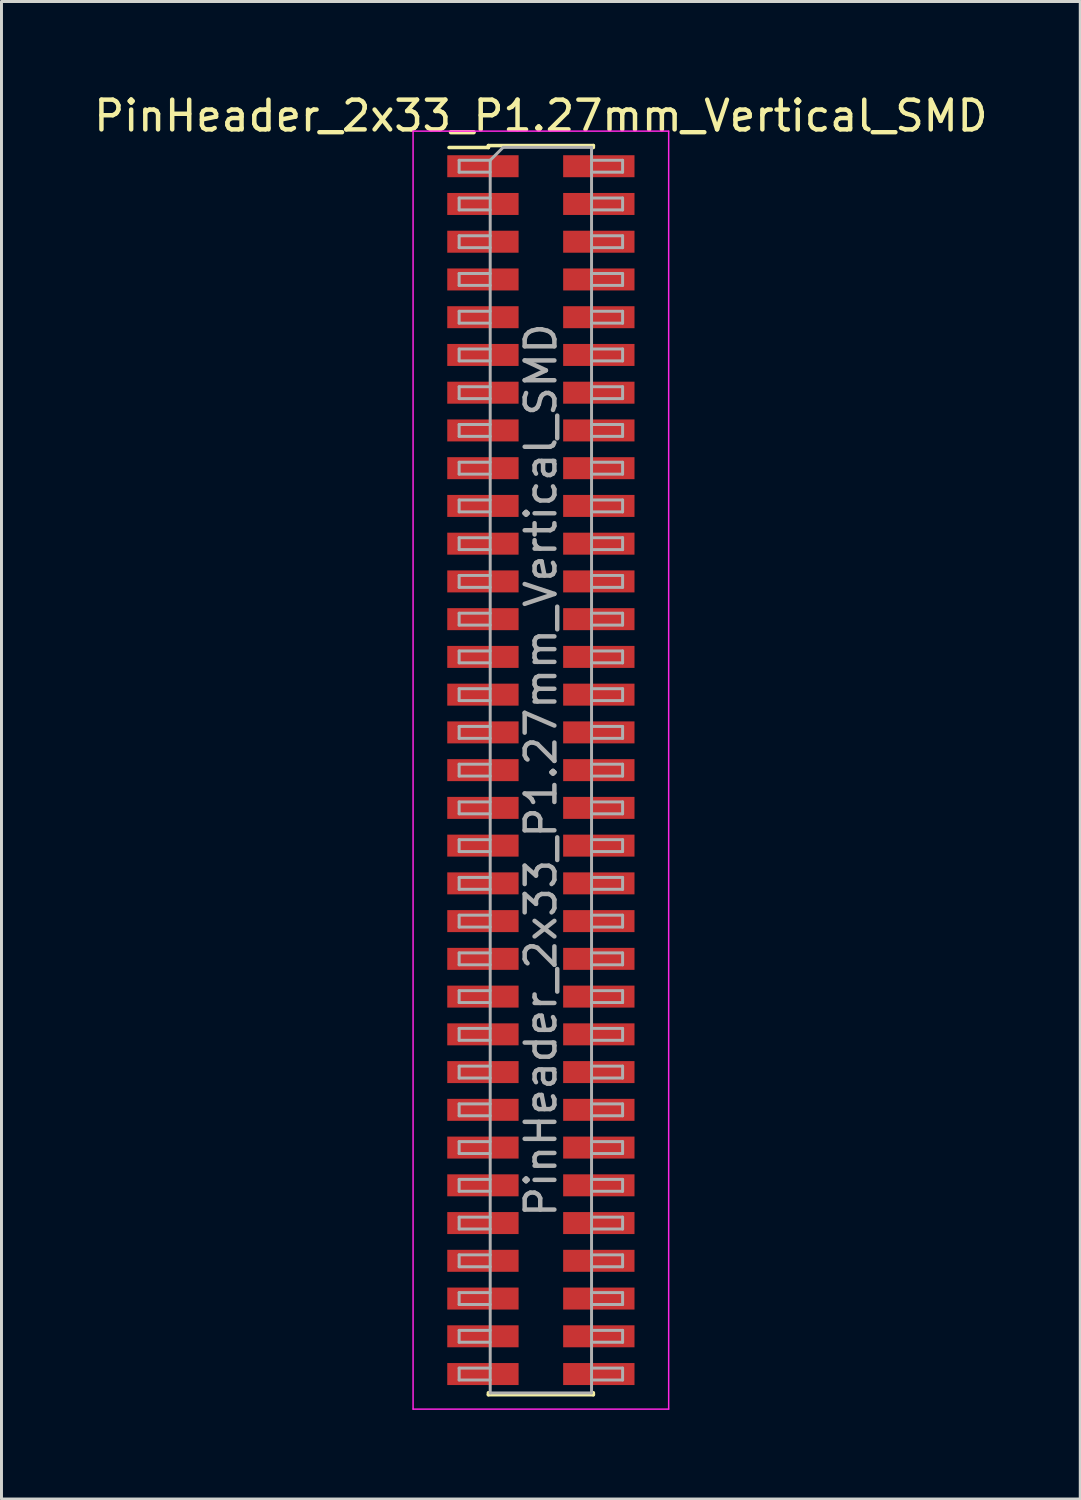
<source format=kicad_pcb>
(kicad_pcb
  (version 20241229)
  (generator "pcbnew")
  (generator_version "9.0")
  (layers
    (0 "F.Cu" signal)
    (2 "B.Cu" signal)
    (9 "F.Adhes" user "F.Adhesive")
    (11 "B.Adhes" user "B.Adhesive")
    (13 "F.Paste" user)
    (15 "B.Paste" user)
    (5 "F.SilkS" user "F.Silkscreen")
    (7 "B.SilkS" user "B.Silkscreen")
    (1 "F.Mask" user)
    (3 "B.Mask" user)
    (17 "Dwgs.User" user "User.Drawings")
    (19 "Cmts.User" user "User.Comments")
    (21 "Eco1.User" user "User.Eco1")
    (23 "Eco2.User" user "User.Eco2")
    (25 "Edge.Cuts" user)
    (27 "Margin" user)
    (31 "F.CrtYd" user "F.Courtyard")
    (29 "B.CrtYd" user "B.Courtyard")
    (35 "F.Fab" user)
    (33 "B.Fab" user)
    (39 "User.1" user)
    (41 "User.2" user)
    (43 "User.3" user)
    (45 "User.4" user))
  (footprint "PinHeader_2x33_P1.27mm_Vertical_SMD"
    (layer "F.Cu")
    (at 15.149 22.863)
    (property "Reference" "PinHeader_2x33_P1.27mm_Vertical_SMD" (at 0 -22.015 0) (layer "F.SilkS") (effects (font (size 1 1) (thickness 0.15))))
    (attr smd)
    (fp_line (start -3.09 -20.95) (end -1.765 -20.95) (stroke (width 0.12) (type solid)) (layer "F.SilkS"))
    (fp_line (start -1.765 -21.015) (end -1.765 -20.95) (stroke (width 0.12) (type solid)) (layer "F.SilkS"))
    (fp_line (start -1.765 -21.015) (end 1.765 -21.015) (stroke (width 0.12) (type solid)) (layer "F.SilkS"))
    (fp_line (start -1.765 20.95) (end -1.765 21.015) (stroke (width 0.12) (type solid)) (layer "F.SilkS"))
    (fp_line (start -1.765 21.015) (end 1.765 21.015) (stroke (width 0.12) (type solid)) (layer "F.SilkS"))
    (fp_line (start 1.765 -21.015) (end 1.765 -20.95) (stroke (width 0.12) (type solid)) (layer "F.SilkS"))
    (fp_line (start 1.765 20.95) (end 1.765 21.015) (stroke (width 0.12) (type solid)) (layer "F.SilkS"))
    (fp_line (start -4.3 -21.5) (end -4.3 21.5) (stroke (width 0.05) (type solid)) (layer "F.CrtYd"))
    (fp_line (start -4.3 21.5) (end 4.3 21.5) (stroke (width 0.05) (type solid)) (layer "F.CrtYd"))
    (fp_line (start 4.3 -21.5) (end -4.3 -21.5) (stroke (width 0.05) (type solid)) (layer "F.CrtYd"))
    (fp_line (start 4.3 21.5) (end 4.3 -21.5) (stroke (width 0.05) (type solid)) (layer "F.CrtYd"))
    (fp_line (start -2.75 -20.52) (end -2.75 -20.12) (stroke (width 0.1) (type solid)) (layer "F.Fab"))
    (fp_line (start -2.75 -20.12) (end -1.705 -20.12) (stroke (width 0.1) (type solid)) (layer "F.Fab"))
    (fp_line (start -2.75 -19.25) (end -2.75 -18.85) (stroke (width 0.1) (type solid)) (layer "F.Fab"))
    (fp_line (start -2.75 -18.85) (end -1.705 -18.85) (stroke (width 0.1) (type solid)) (layer "F.Fab"))
    (fp_line (start -2.75 -17.98) (end -2.75 -17.58) (stroke (width 0.1) (type solid)) (layer "F.Fab"))
    (fp_line (start -2.75 -17.58) (end -1.705 -17.58) (stroke (width 0.1) (type solid)) (layer "F.Fab"))
    (fp_line (start -2.75 -16.71) (end -2.75 -16.31) (stroke (width 0.1) (type solid)) (layer "F.Fab"))
    (fp_line (start -2.75 -16.31) (end -1.705 -16.31) (stroke (width 0.1) (type solid)) (layer "F.Fab"))
    (fp_line (start -2.75 -15.44) (end -2.75 -15.04) (stroke (width 0.1) (type solid)) (layer "F.Fab"))
    (fp_line (start -2.75 -15.04) (end -1.705 -15.04) (stroke (width 0.1) (type solid)) (layer "F.Fab"))
    (fp_line (start -2.75 -14.17) (end -2.75 -13.77) (stroke (width 0.1) (type solid)) (layer "F.Fab"))
    (fp_line (start -2.75 -13.77) (end -1.705 -13.77) (stroke (width 0.1) (type solid)) (layer "F.Fab"))
    (fp_line (start -2.75 -12.9) (end -2.75 -12.5) (stroke (width 0.1) (type solid)) (layer "F.Fab"))
    (fp_line (start -2.75 -12.5) (end -1.705 -12.5) (stroke (width 0.1) (type solid)) (layer "F.Fab"))
    (fp_line (start -2.75 -11.63) (end -2.75 -11.23) (stroke (width 0.1) (type solid)) (layer "F.Fab"))
    (fp_line (start -2.75 -11.23) (end -1.705 -11.23) (stroke (width 0.1) (type solid)) (layer "F.Fab"))
    (fp_line (start -2.75 -10.36) (end -2.75 -9.96) (stroke (width 0.1) (type solid)) (layer "F.Fab"))
    (fp_line (start -2.75 -9.96) (end -1.705 -9.96) (stroke (width 0.1) (type solid)) (layer "F.Fab"))
    (fp_line (start -2.75 -9.09) (end -2.75 -8.69) (stroke (width 0.1) (type solid)) (layer "F.Fab"))
    (fp_line (start -2.75 -8.69) (end -1.705 -8.69) (stroke (width 0.1) (type solid)) (layer "F.Fab"))
    (fp_line (start -2.75 -7.82) (end -2.75 -7.42) (stroke (width 0.1) (type solid)) (layer "F.Fab"))
    (fp_line (start -2.75 -7.42) (end -1.705 -7.42) (stroke (width 0.1) (type solid)) (layer "F.Fab"))
    (fp_line (start -2.75 -6.55) (end -2.75 -6.15) (stroke (width 0.1) (type solid)) (layer "F.Fab"))
    (fp_line (start -2.75 -6.15) (end -1.705 -6.15) (stroke (width 0.1) (type solid)) (layer "F.Fab"))
    (fp_line (start -2.75 -5.28) (end -2.75 -4.88) (stroke (width 0.1) (type solid)) (layer "F.Fab"))
    (fp_line (start -2.75 -4.88) (end -1.705 -4.88) (stroke (width 0.1) (type solid)) (layer "F.Fab"))
    (fp_line (start -2.75 -4.01) (end -2.75 -3.61) (stroke (width 0.1) (type solid)) (layer "F.Fab"))
    (fp_line (start -2.75 -3.61) (end -1.705 -3.61) (stroke (width 0.1) (type solid)) (layer "F.Fab"))
    (fp_line (start -2.75 -2.74) (end -2.75 -2.34) (stroke (width 0.1) (type solid)) (layer "F.Fab"))
    (fp_line (start -2.75 -2.34) (end -1.705 -2.34) (stroke (width 0.1) (type solid)) (layer "F.Fab"))
    (fp_line (start -2.75 -1.47) (end -2.75 -1.07) (stroke (width 0.1) (type solid)) (layer "F.Fab"))
    (fp_line (start -2.75 -1.07) (end -1.705 -1.07) (stroke (width 0.1) (type solid)) (layer "F.Fab"))
    (fp_line (start -2.75 -0.2) (end -2.75 0.2) (stroke (width 0.1) (type solid)) (layer "F.Fab"))
    (fp_line (start -2.75 0.2) (end -1.705 0.2) (stroke (width 0.1) (type solid)) (layer "F.Fab"))
    (fp_line (start -2.75 1.07) (end -2.75 1.47) (stroke (width 0.1) (type solid)) (layer "F.Fab"))
    (fp_line (start -2.75 1.47) (end -1.705 1.47) (stroke (width 0.1) (type solid)) (layer "F.Fab"))
    (fp_line (start -2.75 2.34) (end -2.75 2.74) (stroke (width 0.1) (type solid)) (layer "F.Fab"))
    (fp_line (start -2.75 2.74) (end -1.705 2.74) (stroke (width 0.1) (type solid)) (layer "F.Fab"))
    (fp_line (start -2.75 3.61) (end -2.75 4.01) (stroke (width 0.1) (type solid)) (layer "F.Fab"))
    (fp_line (start -2.75 4.01) (end -1.705 4.01) (stroke (width 0.1) (type solid)) (layer "F.Fab"))
    (fp_line (start -2.75 4.88) (end -2.75 5.28) (stroke (width 0.1) (type solid)) (layer "F.Fab"))
    (fp_line (start -2.75 5.28) (end -1.705 5.28) (stroke (width 0.1) (type solid)) (layer "F.Fab"))
    (fp_line (start -2.75 6.15) (end -2.75 6.55) (stroke (width 0.1) (type solid)) (layer "F.Fab"))
    (fp_line (start -2.75 6.55) (end -1.705 6.55) (stroke (width 0.1) (type solid)) (layer "F.Fab"))
    (fp_line (start -2.75 7.42) (end -2.75 7.82) (stroke (width 0.1) (type solid)) (layer "F.Fab"))
    (fp_line (start -2.75 7.82) (end -1.705 7.82) (stroke (width 0.1) (type solid)) (layer "F.Fab"))
    (fp_line (start -2.75 8.69) (end -2.75 9.09) (stroke (width 0.1) (type solid)) (layer "F.Fab"))
    (fp_line (start -2.75 9.09) (end -1.705 9.09) (stroke (width 0.1) (type solid)) (layer "F.Fab"))
    (fp_line (start -2.75 9.96) (end -2.75 10.36) (stroke (width 0.1) (type solid)) (layer "F.Fab"))
    (fp_line (start -2.75 10.36) (end -1.705 10.36) (stroke (width 0.1) (type solid)) (layer "F.Fab"))
    (fp_line (start -2.75 11.23) (end -2.75 11.63) (stroke (width 0.1) (type solid)) (layer "F.Fab"))
    (fp_line (start -2.75 11.63) (end -1.705 11.63) (stroke (width 0.1) (type solid)) (layer "F.Fab"))
    (fp_line (start -2.75 12.5) (end -2.75 12.9) (stroke (width 0.1) (type solid)) (layer "F.Fab"))
    (fp_line (start -2.75 12.9) (end -1.705 12.9) (stroke (width 0.1) (type solid)) (layer "F.Fab"))
    (fp_line (start -2.75 13.77) (end -2.75 14.17) (stroke (width 0.1) (type solid)) (layer "F.Fab"))
    (fp_line (start -2.75 14.17) (end -1.705 14.17) (stroke (width 0.1) (type solid)) (layer "F.Fab"))
    (fp_line (start -2.75 15.04) (end -2.75 15.44) (stroke (width 0.1) (type solid)) (layer "F.Fab"))
    (fp_line (start -2.75 15.44) (end -1.705 15.44) (stroke (width 0.1) (type solid)) (layer "F.Fab"))
    (fp_line (start -2.75 16.31) (end -2.75 16.71) (stroke (width 0.1) (type solid)) (layer "F.Fab"))
    (fp_line (start -2.75 16.71) (end -1.705 16.71) (stroke (width 0.1) (type solid)) (layer "F.Fab"))
    (fp_line (start -2.75 17.58) (end -2.75 17.98) (stroke (width 0.1) (type solid)) (layer "F.Fab"))
    (fp_line (start -2.75 17.98) (end -1.705 17.98) (stroke (width 0.1) (type solid)) (layer "F.Fab"))
    (fp_line (start -2.75 18.85) (end -2.75 19.25) (stroke (width 0.1) (type solid)) (layer "F.Fab"))
    (fp_line (start -2.75 19.25) (end -1.705 19.25) (stroke (width 0.1) (type solid)) (layer "F.Fab"))
    (fp_line (start -2.75 20.12) (end -2.75 20.52) (stroke (width 0.1) (type solid)) (layer "F.Fab"))
    (fp_line (start -2.75 20.52) (end -1.705 20.52) (stroke (width 0.1) (type solid)) (layer "F.Fab"))
    (fp_line (start -1.705 -20.52) (end -2.75 -20.52) (stroke (width 0.1) (type solid)) (layer "F.Fab"))
    (fp_line (start -1.705 -20.52) (end -1.27 -20.955) (stroke (width 0.1) (type solid)) (layer "F.Fab"))
    (fp_line (start -1.705 -19.25) (end -2.75 -19.25) (stroke (width 0.1) (type solid)) (layer "F.Fab"))
    (fp_line (start -1.705 -17.98) (end -2.75 -17.98) (stroke (width 0.1) (type solid)) (layer "F.Fab"))
    (fp_line (start -1.705 -16.71) (end -2.75 -16.71) (stroke (width 0.1) (type solid)) (layer "F.Fab"))
    (fp_line (start -1.705 -15.44) (end -2.75 -15.44) (stroke (width 0.1) (type solid)) (layer "F.Fab"))
    (fp_line (start -1.705 -14.17) (end -2.75 -14.17) (stroke (width 0.1) (type solid)) (layer "F.Fab"))
    (fp_line (start -1.705 -12.9) (end -2.75 -12.9) (stroke (width 0.1) (type solid)) (layer "F.Fab"))
    (fp_line (start -1.705 -11.63) (end -2.75 -11.63) (stroke (width 0.1) (type solid)) (layer "F.Fab"))
    (fp_line (start -1.705 -10.36) (end -2.75 -10.36) (stroke (width 0.1) (type solid)) (layer "F.Fab"))
    (fp_line (start -1.705 -9.09) (end -2.75 -9.09) (stroke (width 0.1) (type solid)) (layer "F.Fab"))
    (fp_line (start -1.705 -7.82) (end -2.75 -7.82) (stroke (width 0.1) (type solid)) (layer "F.Fab"))
    (fp_line (start -1.705 -6.55) (end -2.75 -6.55) (stroke (width 0.1) (type solid)) (layer "F.Fab"))
    (fp_line (start -1.705 -5.28) (end -2.75 -5.28) (stroke (width 0.1) (type solid)) (layer "F.Fab"))
    (fp_line (start -1.705 -4.01) (end -2.75 -4.01) (stroke (width 0.1) (type solid)) (layer "F.Fab"))
    (fp_line (start -1.705 -2.74) (end -2.75 -2.74) (stroke (width 0.1) (type solid)) (layer "F.Fab"))
    (fp_line (start -1.705 -1.47) (end -2.75 -1.47) (stroke (width 0.1) (type solid)) (layer "F.Fab"))
    (fp_line (start -1.705 -0.2) (end -2.75 -0.2) (stroke (width 0.1) (type solid)) (layer "F.Fab"))
    (fp_line (start -1.705 1.07) (end -2.75 1.07) (stroke (width 0.1) (type solid)) (layer "F.Fab"))
    (fp_line (start -1.705 2.34) (end -2.75 2.34) (stroke (width 0.1) (type solid)) (layer "F.Fab"))
    (fp_line (start -1.705 3.61) (end -2.75 3.61) (stroke (width 0.1) (type solid)) (layer "F.Fab"))
    (fp_line (start -1.705 4.88) (end -2.75 4.88) (stroke (width 0.1) (type solid)) (layer "F.Fab"))
    (fp_line (start -1.705 6.15) (end -2.75 6.15) (stroke (width 0.1) (type solid)) (layer "F.Fab"))
    (fp_line (start -1.705 7.42) (end -2.75 7.42) (stroke (width 0.1) (type solid)) (layer "F.Fab"))
    (fp_line (start -1.705 8.69) (end -2.75 8.69) (stroke (width 0.1) (type solid)) (layer "F.Fab"))
    (fp_line (start -1.705 9.96) (end -2.75 9.96) (stroke (width 0.1) (type solid)) (layer "F.Fab"))
    (fp_line (start -1.705 11.23) (end -2.75 11.23) (stroke (width 0.1) (type solid)) (layer "F.Fab"))
    (fp_line (start -1.705 12.5) (end -2.75 12.5) (stroke (width 0.1) (type solid)) (layer "F.Fab"))
    (fp_line (start -1.705 13.77) (end -2.75 13.77) (stroke (width 0.1) (type solid)) (layer "F.Fab"))
    (fp_line (start -1.705 15.04) (end -2.75 15.04) (stroke (width 0.1) (type solid)) (layer "F.Fab"))
    (fp_line (start -1.705 16.31) (end -2.75 16.31) (stroke (width 0.1) (type solid)) (layer "F.Fab"))
    (fp_line (start -1.705 17.58) (end -2.75 17.58) (stroke (width 0.1) (type solid)) (layer "F.Fab"))
    (fp_line (start -1.705 18.85) (end -2.75 18.85) (stroke (width 0.1) (type solid)) (layer "F.Fab"))
    (fp_line (start -1.705 20.12) (end -2.75 20.12) (stroke (width 0.1) (type solid)) (layer "F.Fab"))
    (fp_line (start -1.705 20.955) (end -1.705 -20.52) (stroke (width 0.1) (type solid)) (layer "F.Fab"))
    (fp_line (start -1.27 -20.955) (end 1.705 -20.955) (stroke (width 0.1) (type solid)) (layer "F.Fab"))
    (fp_line (start 1.705 -20.955) (end 1.705 20.955) (stroke (width 0.1) (type solid)) (layer "F.Fab"))
    (fp_line (start 1.705 -20.52) (end 2.75 -20.52) (stroke (width 0.1) (type solid)) (layer "F.Fab"))
    (fp_line (start 1.705 -19.25) (end 2.75 -19.25) (stroke (width 0.1) (type solid)) (layer "F.Fab"))
    (fp_line (start 1.705 -17.98) (end 2.75 -17.98) (stroke (width 0.1) (type solid)) (layer "F.Fab"))
    (fp_line (start 1.705 -16.71) (end 2.75 -16.71) (stroke (width 0.1) (type solid)) (layer "F.Fab"))
    (fp_line (start 1.705 -15.44) (end 2.75 -15.44) (stroke (width 0.1) (type solid)) (layer "F.Fab"))
    (fp_line (start 1.705 -14.17) (end 2.75 -14.17) (stroke (width 0.1) (type solid)) (layer "F.Fab"))
    (fp_line (start 1.705 -12.9) (end 2.75 -12.9) (stroke (width 0.1) (type solid)) (layer "F.Fab"))
    (fp_line (start 1.705 -11.63) (end 2.75 -11.63) (stroke (width 0.1) (type solid)) (layer "F.Fab"))
    (fp_line (start 1.705 -10.36) (end 2.75 -10.36) (stroke (width 0.1) (type solid)) (layer "F.Fab"))
    (fp_line (start 1.705 -9.09) (end 2.75 -9.09) (stroke (width 0.1) (type solid)) (layer "F.Fab"))
    (fp_line (start 1.705 -7.82) (end 2.75 -7.82) (stroke (width 0.1) (type solid)) (layer "F.Fab"))
    (fp_line (start 1.705 -6.55) (end 2.75 -6.55) (stroke (width 0.1) (type solid)) (layer "F.Fab"))
    (fp_line (start 1.705 -5.28) (end 2.75 -5.28) (stroke (width 0.1) (type solid)) (layer "F.Fab"))
    (fp_line (start 1.705 -4.01) (end 2.75 -4.01) (stroke (width 0.1) (type solid)) (layer "F.Fab"))
    (fp_line (start 1.705 -2.74) (end 2.75 -2.74) (stroke (width 0.1) (type solid)) (layer "F.Fab"))
    (fp_line (start 1.705 -1.47) (end 2.75 -1.47) (stroke (width 0.1) (type solid)) (layer "F.Fab"))
    (fp_line (start 1.705 -0.2) (end 2.75 -0.2) (stroke (width 0.1) (type solid)) (layer "F.Fab"))
    (fp_line (start 1.705 1.07) (end 2.75 1.07) (stroke (width 0.1) (type solid)) (layer "F.Fab"))
    (fp_line (start 1.705 2.34) (end 2.75 2.34) (stroke (width 0.1) (type solid)) (layer "F.Fab"))
    (fp_line (start 1.705 3.61) (end 2.75 3.61) (stroke (width 0.1) (type solid)) (layer "F.Fab"))
    (fp_line (start 1.705 4.88) (end 2.75 4.88) (stroke (width 0.1) (type solid)) (layer "F.Fab"))
    (fp_line (start 1.705 6.15) (end 2.75 6.15) (stroke (width 0.1) (type solid)) (layer "F.Fab"))
    (fp_line (start 1.705 7.42) (end 2.75 7.42) (stroke (width 0.1) (type solid)) (layer "F.Fab"))
    (fp_line (start 1.705 8.69) (end 2.75 8.69) (stroke (width 0.1) (type solid)) (layer "F.Fab"))
    (fp_line (start 1.705 9.96) (end 2.75 9.96) (stroke (width 0.1) (type solid)) (layer "F.Fab"))
    (fp_line (start 1.705 11.23) (end 2.75 11.23) (stroke (width 0.1) (type solid)) (layer "F.Fab"))
    (fp_line (start 1.705 12.5) (end 2.75 12.5) (stroke (width 0.1) (type solid)) (layer "F.Fab"))
    (fp_line (start 1.705 13.77) (end 2.75 13.77) (stroke (width 0.1) (type solid)) (layer "F.Fab"))
    (fp_line (start 1.705 15.04) (end 2.75 15.04) (stroke (width 0.1) (type solid)) (layer "F.Fab"))
    (fp_line (start 1.705 16.31) (end 2.75 16.31) (stroke (width 0.1) (type solid)) (layer "F.Fab"))
    (fp_line (start 1.705 17.58) (end 2.75 17.58) (stroke (width 0.1) (type solid)) (layer "F.Fab"))
    (fp_line (start 1.705 18.85) (end 2.75 18.85) (stroke (width 0.1) (type solid)) (layer "F.Fab"))
    (fp_line (start 1.705 20.12) (end 2.75 20.12) (stroke (width 0.1) (type solid)) (layer "F.Fab"))
    (fp_line (start 1.705 20.955) (end -1.705 20.955) (stroke (width 0.1) (type solid)) (layer "F.Fab"))
    (fp_line (start 2.75 -20.52) (end 2.75 -20.12) (stroke (width 0.1) (type solid)) (layer "F.Fab"))
    (fp_line (start 2.75 -20.12) (end 1.705 -20.12) (stroke (width 0.1) (type solid)) (layer "F.Fab"))
    (fp_line (start 2.75 -19.25) (end 2.75 -18.85) (stroke (width 0.1) (type solid)) (layer "F.Fab"))
    (fp_line (start 2.75 -18.85) (end 1.705 -18.85) (stroke (width 0.1) (type solid)) (layer "F.Fab"))
    (fp_line (start 2.75 -17.98) (end 2.75 -17.58) (stroke (width 0.1) (type solid)) (layer "F.Fab"))
    (fp_line (start 2.75 -17.58) (end 1.705 -17.58) (stroke (width 0.1) (type solid)) (layer "F.Fab"))
    (fp_line (start 2.75 -16.71) (end 2.75 -16.31) (stroke (width 0.1) (type solid)) (layer "F.Fab"))
    (fp_line (start 2.75 -16.31) (end 1.705 -16.31) (stroke (width 0.1) (type solid)) (layer "F.Fab"))
    (fp_line (start 2.75 -15.44) (end 2.75 -15.04) (stroke (width 0.1) (type solid)) (layer "F.Fab"))
    (fp_line (start 2.75 -15.04) (end 1.705 -15.04) (stroke (width 0.1) (type solid)) (layer "F.Fab"))
    (fp_line (start 2.75 -14.17) (end 2.75 -13.77) (stroke (width 0.1) (type solid)) (layer "F.Fab"))
    (fp_line (start 2.75 -13.77) (end 1.705 -13.77) (stroke (width 0.1) (type solid)) (layer "F.Fab"))
    (fp_line (start 2.75 -12.9) (end 2.75 -12.5) (stroke (width 0.1) (type solid)) (layer "F.Fab"))
    (fp_line (start 2.75 -12.5) (end 1.705 -12.5) (stroke (width 0.1) (type solid)) (layer "F.Fab"))
    (fp_line (start 2.75 -11.63) (end 2.75 -11.23) (stroke (width 0.1) (type solid)) (layer "F.Fab"))
    (fp_line (start 2.75 -11.23) (end 1.705 -11.23) (stroke (width 0.1) (type solid)) (layer "F.Fab"))
    (fp_line (start 2.75 -10.36) (end 2.75 -9.96) (stroke (width 0.1) (type solid)) (layer "F.Fab"))
    (fp_line (start 2.75 -9.96) (end 1.705 -9.96) (stroke (width 0.1) (type solid)) (layer "F.Fab"))
    (fp_line (start 2.75 -9.09) (end 2.75 -8.69) (stroke (width 0.1) (type solid)) (layer "F.Fab"))
    (fp_line (start 2.75 -8.69) (end 1.705 -8.69) (stroke (width 0.1) (type solid)) (layer "F.Fab"))
    (fp_line (start 2.75 -7.82) (end 2.75 -7.42) (stroke (width 0.1) (type solid)) (layer "F.Fab"))
    (fp_line (start 2.75 -7.42) (end 1.705 -7.42) (stroke (width 0.1) (type solid)) (layer "F.Fab"))
    (fp_line (start 2.75 -6.55) (end 2.75 -6.15) (stroke (width 0.1) (type solid)) (layer "F.Fab"))
    (fp_line (start 2.75 -6.15) (end 1.705 -6.15) (stroke (width 0.1) (type solid)) (layer "F.Fab"))
    (fp_line (start 2.75 -5.28) (end 2.75 -4.88) (stroke (width 0.1) (type solid)) (layer "F.Fab"))
    (fp_line (start 2.75 -4.88) (end 1.705 -4.88) (stroke (width 0.1) (type solid)) (layer "F.Fab"))
    (fp_line (start 2.75 -4.01) (end 2.75 -3.61) (stroke (width 0.1) (type solid)) (layer "F.Fab"))
    (fp_line (start 2.75 -3.61) (end 1.705 -3.61) (stroke (width 0.1) (type solid)) (layer "F.Fab"))
    (fp_line (start 2.75 -2.74) (end 2.75 -2.34) (stroke (width 0.1) (type solid)) (layer "F.Fab"))
    (fp_line (start 2.75 -2.34) (end 1.705 -2.34) (stroke (width 0.1) (type solid)) (layer "F.Fab"))
    (fp_line (start 2.75 -1.47) (end 2.75 -1.07) (stroke (width 0.1) (type solid)) (layer "F.Fab"))
    (fp_line (start 2.75 -1.07) (end 1.705 -1.07) (stroke (width 0.1) (type solid)) (layer "F.Fab"))
    (fp_line (start 2.75 -0.2) (end 2.75 0.2) (stroke (width 0.1) (type solid)) (layer "F.Fab"))
    (fp_line (start 2.75 0.2) (end 1.705 0.2) (stroke (width 0.1) (type solid)) (layer "F.Fab"))
    (fp_line (start 2.75 1.07) (end 2.75 1.47) (stroke (width 0.1) (type solid)) (layer "F.Fab"))
    (fp_line (start 2.75 1.47) (end 1.705 1.47) (stroke (width 0.1) (type solid)) (layer "F.Fab"))
    (fp_line (start 2.75 2.34) (end 2.75 2.74) (stroke (width 0.1) (type solid)) (layer "F.Fab"))
    (fp_line (start 2.75 2.74) (end 1.705 2.74) (stroke (width 0.1) (type solid)) (layer "F.Fab"))
    (fp_line (start 2.75 3.61) (end 2.75 4.01) (stroke (width 0.1) (type solid)) (layer "F.Fab"))
    (fp_line (start 2.75 4.01) (end 1.705 4.01) (stroke (width 0.1) (type solid)) (layer "F.Fab"))
    (fp_line (start 2.75 4.88) (end 2.75 5.28) (stroke (width 0.1) (type solid)) (layer "F.Fab"))
    (fp_line (start 2.75 5.28) (end 1.705 5.28) (stroke (width 0.1) (type solid)) (layer "F.Fab"))
    (fp_line (start 2.75 6.15) (end 2.75 6.55) (stroke (width 0.1) (type solid)) (layer "F.Fab"))
    (fp_line (start 2.75 6.55) (end 1.705 6.55) (stroke (width 0.1) (type solid)) (layer "F.Fab"))
    (fp_line (start 2.75 7.42) (end 2.75 7.82) (stroke (width 0.1) (type solid)) (layer "F.Fab"))
    (fp_line (start 2.75 7.82) (end 1.705 7.82) (stroke (width 0.1) (type solid)) (layer "F.Fab"))
    (fp_line (start 2.75 8.69) (end 2.75 9.09) (stroke (width 0.1) (type solid)) (layer "F.Fab"))
    (fp_line (start 2.75 9.09) (end 1.705 9.09) (stroke (width 0.1) (type solid)) (layer "F.Fab"))
    (fp_line (start 2.75 9.96) (end 2.75 10.36) (stroke (width 0.1) (type solid)) (layer "F.Fab"))
    (fp_line (start 2.75 10.36) (end 1.705 10.36) (stroke (width 0.1) (type solid)) (layer "F.Fab"))
    (fp_line (start 2.75 11.23) (end 2.75 11.63) (stroke (width 0.1) (type solid)) (layer "F.Fab"))
    (fp_line (start 2.75 11.63) (end 1.705 11.63) (stroke (width 0.1) (type solid)) (layer "F.Fab"))
    (fp_line (start 2.75 12.5) (end 2.75 12.9) (stroke (width 0.1) (type solid)) (layer "F.Fab"))
    (fp_line (start 2.75 12.9) (end 1.705 12.9) (stroke (width 0.1) (type solid)) (layer "F.Fab"))
    (fp_line (start 2.75 13.77) (end 2.75 14.17) (stroke (width 0.1) (type solid)) (layer "F.Fab"))
    (fp_line (start 2.75 14.17) (end 1.705 14.17) (stroke (width 0.1) (type solid)) (layer "F.Fab"))
    (fp_line (start 2.75 15.04) (end 2.75 15.44) (stroke (width 0.1) (type solid)) (layer "F.Fab"))
    (fp_line (start 2.75 15.44) (end 1.705 15.44) (stroke (width 0.1) (type solid)) (layer "F.Fab"))
    (fp_line (start 2.75 16.31) (end 2.75 16.71) (stroke (width 0.1) (type solid)) (layer "F.Fab"))
    (fp_line (start 2.75 16.71) (end 1.705 16.71) (stroke (width 0.1) (type solid)) (layer "F.Fab"))
    (fp_line (start 2.75 17.58) (end 2.75 17.98) (stroke (width 0.1) (type solid)) (layer "F.Fab"))
    (fp_line (start 2.75 17.98) (end 1.705 17.98) (stroke (width 0.1) (type solid)) (layer "F.Fab"))
    (fp_line (start 2.75 18.85) (end 2.75 19.25) (stroke (width 0.1) (type solid)) (layer "F.Fab"))
    (fp_line (start 2.75 19.25) (end 1.705 19.25) (stroke (width 0.1) (type solid)) (layer "F.Fab"))
    (fp_line (start 2.75 20.12) (end 2.75 20.52) (stroke (width 0.1) (type solid)) (layer "F.Fab"))
    (fp_line (start 2.75 20.52) (end 1.705 20.52) (stroke (width 0.1) (type solid)) (layer "F.Fab"))
    (fp_text user "${REFERENCE}" (at 0 0 90) (layer "F.Fab") (effects (font (size 1 1) (thickness 0.15))))
    (pad "1" smd rect (at -1.95 -20.32) (size 2.4 0.74) (layers "F.Cu" "F.Mask" "F.Paste"))
    (pad "2" smd rect (at 1.95 -20.32) (size 2.4 0.74) (layers "F.Cu" "F.Mask" "F.Paste"))
    (pad "3" smd rect (at -1.95 -19.05) (size 2.4 0.74) (layers "F.Cu" "F.Mask" "F.Paste"))
    (pad "4" smd rect (at 1.95 -19.05) (size 2.4 0.74) (layers "F.Cu" "F.Mask" "F.Paste"))
    (pad "5" smd rect (at -1.95 -17.78) (size 2.4 0.74) (layers "F.Cu" "F.Mask" "F.Paste"))
    (pad "6" smd rect (at 1.95 -17.78) (size 2.4 0.74) (layers "F.Cu" "F.Mask" "F.Paste"))
    (pad "7" smd rect (at -1.95 -16.51) (size 2.4 0.74) (layers "F.Cu" "F.Mask" "F.Paste"))
    (pad "8" smd rect (at 1.95 -16.51) (size 2.4 0.74) (layers "F.Cu" "F.Mask" "F.Paste"))
    (pad "9" smd rect (at -1.95 -15.24) (size 2.4 0.74) (layers "F.Cu" "F.Mask" "F.Paste"))
    (pad "10" smd rect (at 1.95 -15.24) (size 2.4 0.74) (layers "F.Cu" "F.Mask" "F.Paste"))
    (pad "11" smd rect (at -1.95 -13.97) (size 2.4 0.74) (layers "F.Cu" "F.Mask" "F.Paste"))
    (pad "12" smd rect (at 1.95 -13.97) (size 2.4 0.74) (layers "F.Cu" "F.Mask" "F.Paste"))
    (pad "13" smd rect (at -1.95 -12.7) (size 2.4 0.74) (layers "F.Cu" "F.Mask" "F.Paste"))
    (pad "14" smd rect (at 1.95 -12.7) (size 2.4 0.74) (layers "F.Cu" "F.Mask" "F.Paste"))
    (pad "15" smd rect (at -1.95 -11.43) (size 2.4 0.74) (layers "F.Cu" "F.Mask" "F.Paste"))
    (pad "16" smd rect (at 1.95 -11.43) (size 2.4 0.74) (layers "F.Cu" "F.Mask" "F.Paste"))
    (pad "17" smd rect (at -1.95 -10.16) (size 2.4 0.74) (layers "F.Cu" "F.Mask" "F.Paste"))
    (pad "18" smd rect (at 1.95 -10.16) (size 2.4 0.74) (layers "F.Cu" "F.Mask" "F.Paste"))
    (pad "19" smd rect (at -1.95 -8.89) (size 2.4 0.74) (layers "F.Cu" "F.Mask" "F.Paste"))
    (pad "20" smd rect (at 1.95 -8.89) (size 2.4 0.74) (layers "F.Cu" "F.Mask" "F.Paste"))
    (pad "21" smd rect (at -1.95 -7.62) (size 2.4 0.74) (layers "F.Cu" "F.Mask" "F.Paste"))
    (pad "22" smd rect (at 1.95 -7.62) (size 2.4 0.74) (layers "F.Cu" "F.Mask" "F.Paste"))
    (pad "23" smd rect (at -1.95 -6.35) (size 2.4 0.74) (layers "F.Cu" "F.Mask" "F.Paste"))
    (pad "24" smd rect (at 1.95 -6.35) (size 2.4 0.74) (layers "F.Cu" "F.Mask" "F.Paste"))
    (pad "25" smd rect (at -1.95 -5.08) (size 2.4 0.74) (layers "F.Cu" "F.Mask" "F.Paste"))
    (pad "26" smd rect (at 1.95 -5.08) (size 2.4 0.74) (layers "F.Cu" "F.Mask" "F.Paste"))
    (pad "27" smd rect (at -1.95 -3.81) (size 2.4 0.74) (layers "F.Cu" "F.Mask" "F.Paste"))
    (pad "28" smd rect (at 1.95 -3.81) (size 2.4 0.74) (layers "F.Cu" "F.Mask" "F.Paste"))
    (pad "29" smd rect (at -1.95 -2.54) (size 2.4 0.74) (layers "F.Cu" "F.Mask" "F.Paste"))
    (pad "30" smd rect (at 1.95 -2.54) (size 2.4 0.74) (layers "F.Cu" "F.Mask" "F.Paste"))
    (pad "31" smd rect (at -1.95 -1.27) (size 2.4 0.74) (layers "F.Cu" "F.Mask" "F.Paste"))
    (pad "32" smd rect (at 1.95 -1.27) (size 2.4 0.74) (layers "F.Cu" "F.Mask" "F.Paste"))
    (pad "33" smd rect (at -1.95 0) (size 2.4 0.74) (layers "F.Cu" "F.Mask" "F.Paste"))
    (pad "34" smd rect (at 1.95 0) (size 2.4 0.74) (layers "F.Cu" "F.Mask" "F.Paste"))
    (pad "35" smd rect (at -1.95 1.27) (size 2.4 0.74) (layers "F.Cu" "F.Mask" "F.Paste"))
    (pad "36" smd rect (at 1.95 1.27) (size 2.4 0.74) (layers "F.Cu" "F.Mask" "F.Paste"))
    (pad "37" smd rect (at -1.95 2.54) (size 2.4 0.74) (layers "F.Cu" "F.Mask" "F.Paste"))
    (pad "38" smd rect (at 1.95 2.54) (size 2.4 0.74) (layers "F.Cu" "F.Mask" "F.Paste"))
    (pad "39" smd rect (at -1.95 3.81) (size 2.4 0.74) (layers "F.Cu" "F.Mask" "F.Paste"))
    (pad "40" smd rect (at 1.95 3.81) (size 2.4 0.74) (layers "F.Cu" "F.Mask" "F.Paste"))
    (pad "41" smd rect (at -1.95 5.08) (size 2.4 0.74) (layers "F.Cu" "F.Mask" "F.Paste"))
    (pad "42" smd rect (at 1.95 5.08) (size 2.4 0.74) (layers "F.Cu" "F.Mask" "F.Paste"))
    (pad "43" smd rect (at -1.95 6.35) (size 2.4 0.74) (layers "F.Cu" "F.Mask" "F.Paste"))
    (pad "44" smd rect (at 1.95 6.35) (size 2.4 0.74) (layers "F.Cu" "F.Mask" "F.Paste"))
    (pad "45" smd rect (at -1.95 7.62) (size 2.4 0.74) (layers "F.Cu" "F.Mask" "F.Paste"))
    (pad "46" smd rect (at 1.95 7.62) (size 2.4 0.74) (layers "F.Cu" "F.Mask" "F.Paste"))
    (pad "47" smd rect (at -1.95 8.89) (size 2.4 0.74) (layers "F.Cu" "F.Mask" "F.Paste"))
    (pad "48" smd rect (at 1.95 8.89) (size 2.4 0.74) (layers "F.Cu" "F.Mask" "F.Paste"))
    (pad "49" smd rect (at -1.95 10.16) (size 2.4 0.74) (layers "F.Cu" "F.Mask" "F.Paste"))
    (pad "50" smd rect (at 1.95 10.16) (size 2.4 0.74) (layers "F.Cu" "F.Mask" "F.Paste"))
    (pad "51" smd rect (at -1.95 11.43) (size 2.4 0.74) (layers "F.Cu" "F.Mask" "F.Paste"))
    (pad "52" smd rect (at 1.95 11.43) (size 2.4 0.74) (layers "F.Cu" "F.Mask" "F.Paste"))
    (pad "53" smd rect (at -1.95 12.7) (size 2.4 0.74) (layers "F.Cu" "F.Mask" "F.Paste"))
    (pad "54" smd rect (at 1.95 12.7) (size 2.4 0.74) (layers "F.Cu" "F.Mask" "F.Paste"))
    (pad "55" smd rect (at -1.95 13.97) (size 2.4 0.74) (layers "F.Cu" "F.Mask" "F.Paste"))
    (pad "56" smd rect (at 1.95 13.97) (size 2.4 0.74) (layers "F.Cu" "F.Mask" "F.Paste"))
    (pad "57" smd rect (at -1.95 15.24) (size 2.4 0.74) (layers "F.Cu" "F.Mask" "F.Paste"))
    (pad "58" smd rect (at 1.95 15.24) (size 2.4 0.74) (layers "F.Cu" "F.Mask" "F.Paste"))
    (pad "59" smd rect (at -1.95 16.51) (size 2.4 0.74) (layers "F.Cu" "F.Mask" "F.Paste"))
    (pad "60" smd rect (at 1.95 16.51) (size 2.4 0.74) (layers "F.Cu" "F.Mask" "F.Paste"))
    (pad "61" smd rect (at -1.95 17.78) (size 2.4 0.74) (layers "F.Cu" "F.Mask" "F.Paste"))
    (pad "62" smd rect (at 1.95 17.78) (size 2.4 0.74) (layers "F.Cu" "F.Mask" "F.Paste"))
    (pad "63" smd rect (at -1.95 19.05) (size 2.4 0.74) (layers "F.Cu" "F.Mask" "F.Paste"))
    (pad "64" smd rect (at 1.95 19.05) (size 2.4 0.74) (layers "F.Cu" "F.Mask" "F.Paste"))
    (pad "65" smd rect (at -1.95 20.32) (size 2.4 0.74) (layers "F.Cu" "F.Mask" "F.Paste"))
    (pad "66" smd rect (at 1.95 20.32) (size 2.4 0.74) (layers "F.Cu" "F.Mask" "F.Paste")))
  (gr_rect
    (start -3 -3)
    (end 33.298 47.388)
    (stroke (width 0.1) (type default))
    (fill no)
    (layer "Edge.Cuts")))
</source>
